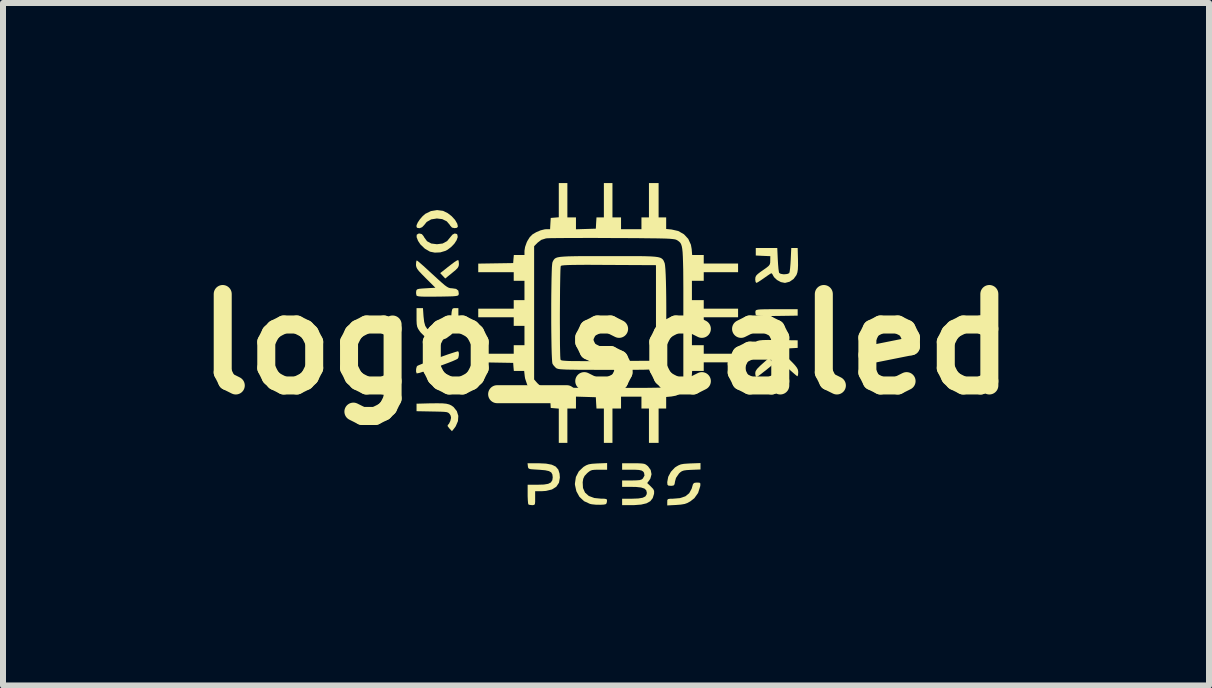
<source format=kicad_pcb>
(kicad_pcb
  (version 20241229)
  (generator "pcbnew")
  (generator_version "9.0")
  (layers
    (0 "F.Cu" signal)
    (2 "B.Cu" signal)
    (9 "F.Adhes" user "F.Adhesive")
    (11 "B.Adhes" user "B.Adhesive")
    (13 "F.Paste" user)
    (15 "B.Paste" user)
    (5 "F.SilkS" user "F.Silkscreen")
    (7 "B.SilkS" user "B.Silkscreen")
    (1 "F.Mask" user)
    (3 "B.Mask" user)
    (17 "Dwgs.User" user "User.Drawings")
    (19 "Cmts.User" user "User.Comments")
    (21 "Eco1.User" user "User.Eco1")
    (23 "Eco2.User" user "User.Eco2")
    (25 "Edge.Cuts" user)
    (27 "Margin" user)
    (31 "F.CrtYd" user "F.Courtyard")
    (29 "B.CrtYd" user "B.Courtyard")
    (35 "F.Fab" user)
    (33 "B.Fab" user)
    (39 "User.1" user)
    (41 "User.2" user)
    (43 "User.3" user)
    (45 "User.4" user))
  (footprint "logo_scaled"
    (layer "F.Cu")
    (at 7.047 2.683)
    (property "Reference" "logo_scaled" (at 0 0 0) (layer "F.SilkS") (effects (font (size 1.524 1.524) (thickness 0.3))))
    (attr board_only exclude_from_pos_files exclude_from_bom)
    (fp_poly (pts (xy -2.462 -1.401) (xy -2.454 -1.376) (xy -2.451 -1.334) (xy -2.451 -1.333) (xy -2.455 -1.301) (xy -2.471 -1.27) (xy -2.505 -1.235) (xy -2.563 -1.187) (xy -2.565 -1.185) (xy -2.679 -1.093) (xy -2.721 -1.138) (xy -2.763 -1.183) (xy -2.724 -1.213) (xy -2.691 -1.239) (xy -2.641 -1.279) (xy -2.583 -1.324) (xy -2.579 -1.327) (xy -2.527 -1.366) (xy -2.486 -1.392) (xy -2.463 -1.401)) (stroke (width 0) (type solid)) (fill yes) (layer "F.SilkS"))
    (fp_poly (pts (xy 3.193 -0.474) (xy 2.848 -0.469) (xy 2.726 -0.468) (xy 2.636 -0.468) (xy 2.572 -0.47) (xy 2.53 -0.473) (xy 2.506 -0.479) (xy 2.495 -0.488) (xy 2.493 -0.49) (xy 2.488 -0.531) (xy 2.49 -0.549) (xy 2.494 -0.56) (xy 2.506 -0.568) (xy 2.53 -0.574) (xy 2.57 -0.578) (xy 2.632 -0.58) (xy 2.721 -0.581) (xy 2.84 -0.581) (xy 2.844 -0.581) (xy 3.193 -0.581)) (stroke (width 0) (type solid)) (fill yes) (layer "F.SilkS"))
    (fp_poly (pts (xy 2.75 0.273) (xy 2.779 0.303) (xy 2.79 0.322) (xy 2.79 0.322) (xy 2.777 0.338) (xy 2.743 0.37) (xy 2.693 0.411) (xy 2.68 0.422) (xy 2.608 0.478) (xy 2.56 0.515) (xy 2.529 0.537) (xy 2.512 0.546) (xy 2.502 0.545) (xy 2.498 0.542) (xy 2.489 0.517) (xy 2.486 0.482) (xy 2.493 0.449) (xy 2.518 0.412) (xy 2.565 0.364) (xy 2.598 0.334) (xy 2.71 0.235)) (stroke (width 0) (type solid)) (fill yes) (layer "F.SilkS"))
    (fp_poly (pts (xy 1.557 2.309) (xy 1.572 2.322) (xy 1.571 2.357) (xy 1.568 2.372) (xy 1.534 2.48) (xy 1.471 2.568) (xy 1.406 2.619) (xy 1.356 2.647) (xy 1.307 2.664) (xy 1.247 2.674) (xy 1.171 2.68) (xy 1.02 2.688) (xy 1.02 2.632) (xy 1.021 2.599) (xy 1.032 2.583) (xy 1.061 2.577) (xy 1.114 2.576) (xy 1.232 2.566) (xy 1.322 2.536) (xy 1.386 2.484) (xy 1.427 2.408) (xy 1.434 2.384) (xy 1.448 2.336) (xy 1.466 2.314) (xy 1.497 2.308) (xy 1.516 2.307)) (stroke (width 0) (type solid)) (fill yes) (layer "F.SilkS"))
    (fp_poly (pts (xy -2.808 0.516) (xy -2.762 0.531) (xy -2.696 0.557) (xy -2.646 0.578) (xy -2.564 0.612) (xy -2.51 0.638) (xy -2.478 0.659) (xy -2.461 0.678) (xy -2.454 0.701) (xy -2.454 0.705) (xy -2.454 0.747) (xy -2.463 0.77) (xy -2.483 0.768) (xy -2.531 0.755) (xy -2.6 0.732) (xy -2.684 0.701) (xy -2.732 0.683) (xy -2.82 0.647) (xy -2.893 0.614) (xy -2.948 0.588) (xy -2.978 0.57) (xy -2.981 0.565) (xy -2.963 0.549) (xy -2.922 0.53) (xy -2.904 0.524) (xy -2.871 0.514) (xy -2.842 0.511)) (stroke (width 0) (type solid)) (fill yes) (layer "F.SilkS"))
    (fp_poly (pts (xy 1.574 2.089) (xy 1.422 2.095) (xy 1.347 2.099) (xy 1.297 2.106) (xy 1.263 2.118) (xy 1.235 2.138) (xy 1.215 2.157) (xy 1.166 2.229) (xy 1.15 2.287) (xy 1.142 2.334) (xy 1.127 2.355) (xy 1.096 2.361) (xy 1.08 2.361) (xy 1.04 2.358) (xy 1.023 2.342) (xy 1.02 2.303) (xy 1.02 2.298) (xy 1.036 2.211) (xy 1.081 2.127) (xy 1.147 2.057) (xy 1.166 2.044) (xy 1.207 2.02) (xy 1.247 2.004) (xy 1.297 1.995) (xy 1.368 1.99) (xy 1.407 1.988) (xy 1.574 1.982)) (stroke (width 0) (type solid)) (fill yes) (layer "F.SilkS"))
    (fp_poly (pts (xy -2.715 -2.22) (xy -2.711 -2.218) (xy -2.639 -2.183) (xy -2.572 -2.131) (xy -2.516 -2.07) (xy -2.479 -2.007) (xy -2.468 -1.96) (xy -2.483 -1.938) (xy -2.522 -1.932) (xy -2.566 -1.941) (xy -2.597 -1.975) (xy -2.602 -1.985) (xy -2.653 -2.045) (xy -2.728 -2.082) (xy -2.818 -2.093) (xy -2.913 -2.078) (xy -2.988 -2.035) (xy -3.03 -1.983) (xy -3.064 -1.948) (xy -3.106 -1.931) (xy -3.143 -1.936) (xy -3.157 -1.95) (xy -3.157 -1.98) (xy -3.137 -2.026) (xy -3.102 -2.078) (xy -3.058 -2.129) (xy -3.012 -2.17) (xy -3.012 -2.17) (xy -2.918 -2.216) (xy -2.815 -2.233)) (stroke (width 0) (type solid)) (fill yes) (layer "F.SilkS"))
    (fp_poly (pts (xy -2.487 -1.835) (xy -2.477 -1.823) (xy -2.471 -1.783) (xy -2.49 -1.73) (xy -2.528 -1.672) (xy -2.581 -1.617) (xy -2.642 -1.571) (xy -2.674 -1.554) (xy -2.761 -1.528) (xy -2.853 -1.524) (xy -2.933 -1.54) (xy -3.019 -1.59) (xy -3.093 -1.661) (xy -3.132 -1.72) (xy -3.156 -1.782) (xy -3.154 -1.822) (xy -3.125 -1.841) (xy -3.105 -1.842) (xy -3.068 -1.832) (xy -3.039 -1.797) (xy -3.03 -1.779) (xy -2.982 -1.714) (xy -2.912 -1.676) (xy -2.818 -1.664) (xy -2.817 -1.664) (xy -2.722 -1.676) (xy -2.648 -1.716) (xy -2.596 -1.779) (xy -2.56 -1.823) (xy -2.521 -1.843)) (stroke (width 0) (type solid)) (fill yes) (layer "F.SilkS"))
    (fp_poly (pts (xy -2.452 0.144) (xy -2.452 0.184) (xy -2.46 0.225) (xy -2.473 0.245) (xy -2.502 0.26) (xy -2.556 0.284) (xy -2.63 0.313) (xy -2.716 0.345) (xy -2.808 0.379) (xy -2.901 0.412) (xy -2.988 0.441) (xy -3.063 0.465) (xy -3.119 0.482) (xy -3.151 0.488) (xy -3.155 0.488) (xy -3.165 0.458) (xy -3.164 0.415) (xy -3.154 0.376) (xy -3.144 0.363) (xy -3.117 0.35) (xy -3.064 0.329) (xy -2.992 0.301) (xy -2.907 0.269) (xy -2.814 0.236) (xy -2.722 0.203) (xy -2.635 0.172) (xy -2.559 0.147) (xy -2.502 0.129) (xy -2.469 0.12) (xy -2.464 0.119)) (stroke (width 0) (type solid)) (fill yes) (layer "F.SilkS"))
    (fp_poly (pts (xy -2.728 0.987) (xy -2.663 0.993) (xy -2.614 1.005) (xy -2.576 1.023) (xy -2.541 1.048) (xy -2.541 1.048) (xy -2.486 1.116) (xy -2.461 1.196) (xy -2.467 1.283) (xy -2.504 1.369) (xy -2.527 1.401) (xy -2.567 1.451) (xy -2.612 1.403) (xy -2.639 1.367) (xy -2.637 1.348) (xy -2.635 1.347) (xy -2.616 1.326) (xy -2.596 1.285) (xy -2.593 1.277) (xy -2.582 1.228) (xy -2.589 1.192) (xy -2.601 1.171) (xy -2.614 1.155) (xy -2.629 1.143) (xy -2.653 1.134) (xy -2.693 1.129) (xy -2.753 1.126) (xy -2.841 1.124) (xy -2.893 1.123) (xy -3.157 1.118) (xy -3.157 0.993) (xy -2.934 0.987) (xy -2.816 0.986)) (stroke (width 0) (type solid)) (fill yes) (layer "F.SilkS"))
    (fp_poly (pts (xy 2.81 -0.068) (xy 2.864 -0.067) (xy 3.193 -0.063) (xy 3.193 0.063) (xy 3.036 0.072) (xy 2.879 0.08) (xy 3.04 0.241) (xy 3.108 0.309) (xy 3.153 0.358) (xy 3.181 0.395) (xy 3.196 0.425) (xy 3.201 0.453) (xy 3.202 0.469) (xy 3.199 0.512) (xy 3.191 0.535) (xy 3.188 0.536) (xy 3.172 0.525) (xy 3.133 0.492) (xy 3.077 0.443) (xy 3.008 0.381) (xy 2.929 0.309) (xy 2.925 0.305) (xy 2.837 0.224) (xy 2.771 0.165) (xy 2.722 0.124) (xy 2.685 0.096) (xy 2.655 0.08) (xy 2.627 0.072) (xy 2.598 0.069) (xy 2.585 0.068) (xy 2.531 0.063) (xy 2.504 0.053) (xy 2.492 0.032) (xy 2.49 0.016) (xy 2.489 -0.013) (xy 2.496 -0.035) (xy 2.517 -0.051) (xy 2.554 -0.061) (xy 2.612 -0.067) (xy 2.696 -0.069)) (stroke (width 0) (type solid)) (fill yes) (layer "F.SilkS"))
    (fp_poly (pts (xy -3.041 -0.465) (xy -3.03 -0.37) (xy -3.012 -0.304) (xy -2.983 -0.259) (xy -2.939 -0.229) (xy -2.924 -0.222) (xy -2.829 -0.199) (xy -2.74 -0.209) (xy -2.689 -0.232) (xy -2.643 -0.266) (xy -2.612 -0.308) (xy -2.593 -0.367) (xy -2.58 -0.45) (xy -2.578 -0.472) (xy -2.572 -0.538) (xy -2.564 -0.576) (xy -2.552 -0.594) (xy -2.532 -0.599) (xy -2.513 -0.599) (xy -2.46 -0.599) (xy -2.46 -0.464) (xy -2.463 -0.386) (xy -2.472 -0.33) (xy -2.49 -0.282) (xy -2.51 -0.245) (xy -2.58 -0.156) (xy -2.666 -0.094) (xy -2.762 -0.061) (xy -2.862 -0.059) (xy -2.96 -0.089) (xy -2.969 -0.094) (xy -3.03 -0.136) (xy -3.087 -0.192) (xy -3.103 -0.213) (xy -3.13 -0.253) (xy -3.146 -0.289) (xy -3.154 -0.333) (xy -3.157 -0.394) (xy -3.157 -0.444) (xy -3.157 -0.599) (xy -3.05 -0.599)) (stroke (width 0) (type solid)) (fill yes) (layer "F.SilkS"))
    (fp_poly (pts (xy 0.018 2.093) (xy -0.117 2.093) (xy -0.187 2.094) (xy -0.233 2.099) (xy -0.267 2.113) (xy -0.299 2.137) (xy -0.316 2.152) (xy -0.358 2.197) (xy -0.38 2.244) (xy -0.389 2.301) (xy -0.384 2.397) (xy -0.35 2.474) (xy -0.287 2.53) (xy -0.197 2.564) (xy -0.084 2.575) (xy -0.026 2.576) (xy 0.005 2.582) (xy 0.016 2.595) (xy 0.015 2.62) (xy 0.015 2.625) (xy 0.009 2.652) (xy -0.005 2.667) (xy -0.036 2.674) (xy -0.094 2.677) (xy -0.098 2.677) (xy -0.169 2.676) (xy -0.236 2.669) (xy -0.268 2.662) (xy -0.366 2.617) (xy -0.443 2.545) (xy -0.494 2.452) (xy -0.518 2.344) (xy -0.518 2.32) (xy -0.502 2.214) (xy -0.454 2.121) (xy -0.378 2.048) (xy -0.372 2.044) (xy -0.33 2.019) (xy -0.288 2.003) (xy -0.234 1.994) (xy -0.158 1.989) (xy -0.14 1.988) (xy 0.018 1.982)) (stroke (width 0) (type solid)) (fill yes) (layer "F.SilkS"))
    (fp_poly (pts (xy -1 1.991) (xy -0.905 2.009) (xy -0.838 2.041) (xy -0.795 2.091) (xy -0.774 2.159) (xy -0.769 2.224) (xy -0.784 2.31) (xy -0.828 2.376) (xy -0.901 2.422) (xy -1 2.446) (xy -1.073 2.451) (xy -1.181 2.451) (xy -1.181 2.567) (xy -1.181 2.629) (xy -1.185 2.664) (xy -1.197 2.679) (xy -1.219 2.683) (xy -1.231 2.683) (xy -1.272 2.679) (xy -1.294 2.671) (xy -1.299 2.649) (xy -1.303 2.6) (xy -1.306 2.533) (xy -1.306 2.501) (xy -1.306 2.343) (xy -1.138 2.343) (xy -1.036 2.34) (xy -0.964 2.328) (xy -0.919 2.305) (xy -0.895 2.268) (xy -0.888 2.22) (xy -0.894 2.172) (xy -0.913 2.138) (xy -0.951 2.116) (xy -1.014 2.102) (xy -1.107 2.094) (xy -1.123 2.093) (xy -1.203 2.088) (xy -1.254 2.084) (xy -1.283 2.076) (xy -1.296 2.064) (xy -1.301 2.045) (xy -1.302 2.035) (xy -1.308 1.985) (xy -1.126 1.985)) (stroke (width 0) (type solid)) (fill yes) (layer "F.SilkS"))
    (fp_poly (pts (xy -3.136 -1.383) (xy -3.097 -1.35) (xy -3.041 -1.301) (xy -2.972 -1.238) (xy -2.894 -1.166) (xy -2.889 -1.162) (xy -2.801 -1.081) (xy -2.735 -1.022) (xy -2.686 -0.98) (xy -2.649 -0.954) (xy -2.621 -0.939) (xy -2.595 -0.932) (xy -2.568 -0.93) (xy -2.565 -0.93) (xy -2.498 -0.92) (xy -2.461 -0.891) (xy -2.453 -0.841) (xy -2.454 -0.837) (xy -2.456 -0.823) (xy -2.463 -0.812) (xy -2.479 -0.805) (xy -2.509 -0.8) (xy -2.557 -0.796) (xy -2.629 -0.794) (xy -2.729 -0.792) (xy -2.804 -0.791) (xy -2.926 -0.79) (xy -3.017 -0.79) (xy -3.081 -0.792) (xy -3.123 -0.796) (xy -3.147 -0.802) (xy -3.158 -0.81) (xy -3.159 -0.812) (xy -3.165 -0.85) (xy -3.163 -0.88) (xy -3.158 -0.9) (xy -3.144 -0.913) (xy -3.115 -0.921) (xy -3.064 -0.926) (xy -3 -0.93) (xy -2.843 -0.939) (xy -3.005 -1.1) (xy -3.072 -1.168) (xy -3.118 -1.217) (xy -3.146 -1.254) (xy -3.16 -1.283) (xy -3.166 -1.312) (xy -3.166 -1.328) (xy -3.163 -1.371) (xy -3.155 -1.393) (xy -3.153 -1.394)) (stroke (width 0) (type solid)) (fill yes) (layer "F.SilkS"))
    (fp_poly (pts (xy 0.54 1.986) (xy 0.598 1.989) (xy 0.636 1.995) (xy 0.664 2.007) (xy 0.689 2.027) (xy 0.699 2.035) (xy 0.744 2.097) (xy 0.758 2.168) (xy 0.739 2.24) (xy 0.722 2.267) (xy 0.686 2.315) (xy 0.748 2.374) (xy 0.786 2.414) (xy 0.801 2.446) (xy 0.801 2.486) (xy 0.799 2.498) (xy 0.778 2.566) (xy 0.737 2.618) (xy 0.674 2.653) (xy 0.584 2.674) (xy 0.464 2.683) (xy 0.425 2.683) (xy 0.268 2.683) (xy 0.268 2.576) (xy 0.434 2.576) (xy 0.538 2.572) (xy 0.61 2.56) (xy 0.655 2.538) (xy 0.676 2.504) (xy 0.68 2.477) (xy 0.67 2.436) (xy 0.64 2.407) (xy 0.584 2.389) (xy 0.5 2.38) (xy 0.434 2.379) (xy 0.268 2.379) (xy 0.268 2.272) (xy 0.427 2.272) (xy 0.507 2.27) (xy 0.559 2.266) (xy 0.592 2.256) (xy 0.613 2.24) (xy 0.614 2.239) (xy 0.641 2.19) (xy 0.633 2.143) (xy 0.616 2.121) (xy 0.591 2.106) (xy 0.549 2.097) (xy 0.481 2.093) (xy 0.428 2.093) (xy 0.268 2.093) (xy 0.268 1.985) (xy 0.456 1.985)) (stroke (width 0) (type solid)) (fill yes) (layer "F.SilkS"))
    (fp_poly (pts (xy 2.862 -1.404) (xy 2.867 -1.322) (xy 2.873 -1.253) (xy 2.88 -1.204) (xy 2.885 -1.185) (xy 2.911 -1.171) (xy 2.957 -1.163) (xy 2.969 -1.163) (xy 3.018 -1.168) (xy 3.05 -1.181) (xy 3.053 -1.185) (xy 3.06 -1.211) (xy 3.067 -1.265) (xy 3.073 -1.337) (xy 3.077 -1.404) (xy 3.086 -1.601) (xy 3.193 -1.601) (xy 3.198 -1.408) (xy 3.199 -1.312) (xy 3.196 -1.244) (xy 3.188 -1.194) (xy 3.174 -1.154) (xy 3.173 -1.151) (xy 3.125 -1.085) (xy 3.058 -1.039) (xy 2.984 -1.02) (xy 2.978 -1.02) (xy 2.913 -1.033) (xy 2.849 -1.068) (xy 2.8 -1.114) (xy 2.787 -1.136) (xy 2.769 -1.169) (xy 2.755 -1.181) (xy 2.736 -1.171) (xy 2.697 -1.145) (xy 2.644 -1.108) (xy 2.633 -1.1) (xy 2.578 -1.062) (xy 2.533 -1.033) (xy 2.507 -1.02) (xy 2.505 -1.02) (xy 2.492 -1.035) (xy 2.486 -1.074) (xy 2.486 -1.081) (xy 2.489 -1.113) (xy 2.501 -1.14) (xy 2.528 -1.168) (xy 2.576 -1.205) (xy 2.611 -1.229) (xy 2.672 -1.272) (xy 2.709 -1.302) (xy 2.728 -1.328) (xy 2.735 -1.357) (xy 2.736 -1.39) (xy 2.737 -1.465) (xy 2.616 -1.47) (xy 2.495 -1.476) (xy 2.495 -1.601) (xy 2.853 -1.601)) (stroke (width 0) (type solid)) (fill yes) (layer "F.SilkS"))
    (fp_poly (pts (xy 0.406 -1.466) (xy 0.545 -1.466) (xy 0.657 -1.464) (xy 0.746 -1.461) (xy 0.815 -1.456) (xy 0.866 -1.449) (xy 0.903 -1.439) (xy 0.928 -1.426) (xy 0.946 -1.41) (xy 0.959 -1.391) (xy 0.969 -1.367) (xy 0.977 -1.349) (xy 0.983 -1.314) (xy 0.989 -1.249) (xy 0.994 -1.157) (xy 0.998 -1.044) (xy 1.001 -0.913) (xy 1.003 -0.77) (xy 1.004 -0.619) (xy 1.004 -0.466) (xy 1.003 -0.313) (xy 1.002 -0.168) (xy 0.999 -0.033) (xy 0.995 0.087) (xy 0.991 0.186) (xy 0.985 0.26) (xy 0.979 0.304) (xy 0.977 0.311) (xy 0.966 0.338) (xy 0.955 0.36) (xy 0.941 0.379) (xy 0.921 0.393) (xy 0.892 0.405) (xy 0.85 0.414) (xy 0.794 0.42) (xy 0.719 0.424) (xy 0.622 0.427) (xy 0.502 0.428) (xy 0.353 0.429) (xy 0.174 0.429) (xy 0.036 0.429) (xy -0.159 0.429) (xy -0.322 0.428) (xy -0.455 0.428) (xy -0.562 0.426) (xy -0.646 0.425) (xy -0.709 0.422) (xy -0.756 0.419) (xy -0.789 0.415) (xy -0.811 0.409) (xy -0.826 0.403) (xy -0.834 0.398) (xy -0.871 0.359) (xy -0.892 0.328) (xy -0.897 0.3) (xy -0.901 0.242) (xy -0.905 0.156) (xy -0.908 0.048) (xy -0.91 -0.078) (xy -0.912 -0.217) (xy -0.913 -0.359) (xy -0.769 -0.359) (xy -0.768 -0.219) (xy -0.768 -0.089) (xy -0.767 0.027) (xy -0.765 0.124) (xy -0.763 0.198) (xy -0.76 0.245) (xy -0.758 0.258) (xy -0.753 0.265) (xy -0.74 0.271) (xy -0.717 0.275) (xy -0.681 0.278) (xy -0.628 0.281) (xy -0.555 0.283) (xy -0.46 0.283) (xy -0.339 0.284) (xy -0.19 0.283) (xy -0.008 0.282) (xy 0.042 0.282) (xy 0.832 0.277) (xy 0.832 -1.315) (xy 0.046 -1.319) (xy -0.151 -1.32) (xy -0.315 -1.321) (xy -0.448 -1.32) (xy -0.553 -1.319) (xy -0.633 -1.317) (xy -0.691 -1.314) (xy -0.729 -1.31) (xy -0.749 -1.305) (xy -0.754 -1.301) (xy -0.757 -1.279) (xy -0.76 -1.226) (xy -0.762 -1.146) (xy -0.764 -1.044) (xy -0.766 -0.924) (xy -0.767 -0.791) (xy -0.768 -0.65) (xy -0.769 -0.504) (xy -0.769 -0.359) (xy -0.913 -0.359) (xy -0.913 -0.365) (xy -0.913 -0.518) (xy -0.913 -0.671) (xy -0.912 -0.819) (xy -0.91 -0.958) (xy -0.908 -1.084) (xy -0.905 -1.192) (xy -0.902 -1.278) (xy -0.897 -1.337) (xy -0.892 -1.365) (xy -0.892 -1.365) (xy -0.881 -1.388) (xy -0.869 -1.407) (xy -0.855 -1.423) (xy -0.834 -1.436) (xy -0.804 -1.446) (xy -0.762 -1.453) (xy -0.704 -1.458) (xy -0.628 -1.462) (xy -0.531 -1.464) (xy -0.408 -1.466) (xy -0.258 -1.466) (xy -0.076 -1.466) (xy 0.036 -1.466) (xy 0.237 -1.466)) (stroke (width 0) (type solid)) (fill yes) (layer "F.SilkS"))
    (fp_poly (pts (xy -0.644 -2.111) (xy -0.501 -2.111) (xy -0.501 -1.913) (xy -0.335 -1.918) (xy -0.17 -1.923) (xy -0.165 -2.017) (xy -0.159 -2.111) (xy -0.036 -2.111) (xy -0.036 -2.683) (xy 0.107 -2.683) (xy 0.107 -2.111) (xy 0.25 -2.111) (xy 0.25 -1.914) (xy 0.59 -1.914) (xy 0.59 -2.111) (xy 0.715 -2.111) (xy 0.715 -2.683) (xy 0.876 -2.683) (xy 0.876 -2.111) (xy 1.002 -2.111) (xy 1.002 -1.918) (xy 1.089 -1.91) (xy 1.204 -1.884) (xy 1.298 -1.83) (xy 1.37 -1.753) (xy 1.414 -1.656) (xy 1.427 -1.584) (xy 1.435 -1.485) (xy 1.628 -1.485) (xy 1.628 -1.342) (xy 2.2 -1.342) (xy 2.2 -1.198) (xy 1.628 -1.198) (xy 1.628 -1.055) (xy 1.431 -1.055) (xy 1.431 -0.733) (xy 1.628 -0.733) (xy 1.628 -0.59) (xy 2.2 -0.59) (xy 2.2 -0.447) (xy 1.628 -0.447) (xy 1.628 -0.304) (xy 1.431 -0.304) (xy 1.431 0.018) (xy 1.628 0.018) (xy 1.628 0.161) (xy 2.2 0.161) (xy 2.2 0.304) (xy 1.628 0.304) (xy 1.628 0.447) (xy 1.435 0.447) (xy 1.427 0.546) (xy 1.402 0.655) (xy 1.347 0.745) (xy 1.267 0.814) (xy 1.165 0.859) (xy 1.089 0.873) (xy 1.002 0.881) (xy 1.002 1.073) (xy 0.876 1.073) (xy 0.876 1.646) (xy 0.715 1.646) (xy 0.715 1.073) (xy 0.59 1.073) (xy 0.59 0.876) (xy 0.25 0.876) (xy 0.25 1.073) (xy 0.107 1.073) (xy 0.107 1.646) (xy -0.036 1.646) (xy -0.036 1.073) (xy -0.159 1.073) (xy -0.165 0.979) (xy -0.17 0.885) (xy -0.335 0.88) (xy -0.501 0.875) (xy -0.501 1.073) (xy -0.644 1.073) (xy -0.644 1.646) (xy -0.787 1.646) (xy -0.787 1.075) (xy -0.921 1.064) (xy -0.927 0.97) (xy -0.932 0.876) (xy -0.999 0.876) (xy -1.054 0.868) (xy -1.12 0.847) (xy -1.159 0.83) (xy -1.249 0.766) (xy -1.313 0.679) (xy -1.343 0.589) (xy -1.198 0.589) (xy -1.144 0.651) (xy -1.1 0.691) (xy -1.055 0.717) (xy -1.041 0.721) (xy -1.015 0.722) (xy -0.956 0.723) (xy -0.868 0.725) (xy -0.754 0.726) (xy -0.618 0.727) (xy -0.463 0.728) (xy -0.292 0.729) (xy -0.109 0.729) (xy 0.045 0.73) (xy 0.285 0.73) (xy 0.491 0.729) (xy 0.665 0.729) (xy 0.809 0.727) (xy 0.925 0.725) (xy 1.015 0.722) (xy 1.081 0.719) (xy 1.124 0.714) (xy 1.144 0.71) (xy 1.199 0.678) (xy 1.246 0.629) (xy 1.247 0.628) (xy 1.288 0.567) (xy 1.288 -0.504) (xy 1.288 -0.736) (xy 1.288 -0.935) (xy 1.287 -1.103) (xy 1.286 -1.244) (xy 1.283 -1.36) (xy 1.28 -1.454) (xy 1.276 -1.528) (xy 1.27 -1.586) (xy 1.262 -1.629) (xy 1.252 -1.661) (xy 1.24 -1.684) (xy 1.225 -1.701) (xy 1.208 -1.715) (xy 1.188 -1.729) (xy 1.187 -1.729) (xy 1.175 -1.736) (xy 1.159 -1.742) (xy 1.136 -1.747) (xy 1.103 -1.751) (xy 1.059 -1.755) (xy 0.999 -1.758) (xy 0.92 -1.76) (xy 0.822 -1.762) (xy 0.699 -1.763) (xy 0.549 -1.765) (xy 0.371 -1.766) (xy 0.16 -1.767) (xy 0.108 -1.767) (xy -0.083 -1.768) (xy -0.265 -1.769) (xy -0.435 -1.768) (xy -0.59 -1.768) (xy -0.725 -1.767) (xy -0.837 -1.766) (xy -0.924 -1.765) (xy -0.98 -1.763) (xy -1.001 -1.761) (xy -1.078 -1.737) (xy -1.139 -1.691) (xy -1.198 -1.631) (xy -1.198 0.589) (xy -1.343 0.589) (xy -1.349 0.57) (xy -1.354 0.538) (xy -1.364 0.447) (xy -1.536 0.447) (xy -1.542 0.38) (xy -1.547 0.313) (xy -2.129 0.303) (xy -2.129 0.161) (xy -1.538 0.161) (xy -1.538 0.018) (xy -1.359 0.018) (xy -1.359 -0.304) (xy -1.538 -0.304) (xy -1.538 -0.447) (xy -2.129 -0.447) (xy -2.129 -0.59) (xy -1.538 -0.59) (xy -1.538 -0.733) (xy -1.359 -0.733) (xy -1.359 -1.055) (xy -1.538 -1.055) (xy -1.538 -1.198) (xy -2.129 -1.198) (xy -2.129 -1.341) (xy -1.547 -1.35) (xy -1.542 -1.418) (xy -1.536 -1.485) (xy -1.359 -1.485) (xy -1.359 -1.554) (xy -1.349 -1.618) (xy -1.322 -1.694) (xy -1.31 -1.719) (xy -1.27 -1.783) (xy -1.225 -1.828) (xy -1.164 -1.864) (xy -1.091 -1.895) (xy -1.023 -1.912) (xy -1.001 -1.914) (xy -0.932 -1.914) (xy -0.927 -2.008) (xy -0.921 -2.102) (xy -0.787 -2.113) (xy -0.787 -2.683) (xy -0.644 -2.683)) (stroke (width 0) (type solid)) (fill yes) (layer "F.SilkS")))
  (gr_rect
    (start -3 -3)
    (end 17.093 8.371)
    (stroke (width 0.1) (type default))
    (fill no)
    (layer "Edge.Cuts")))
</source>
